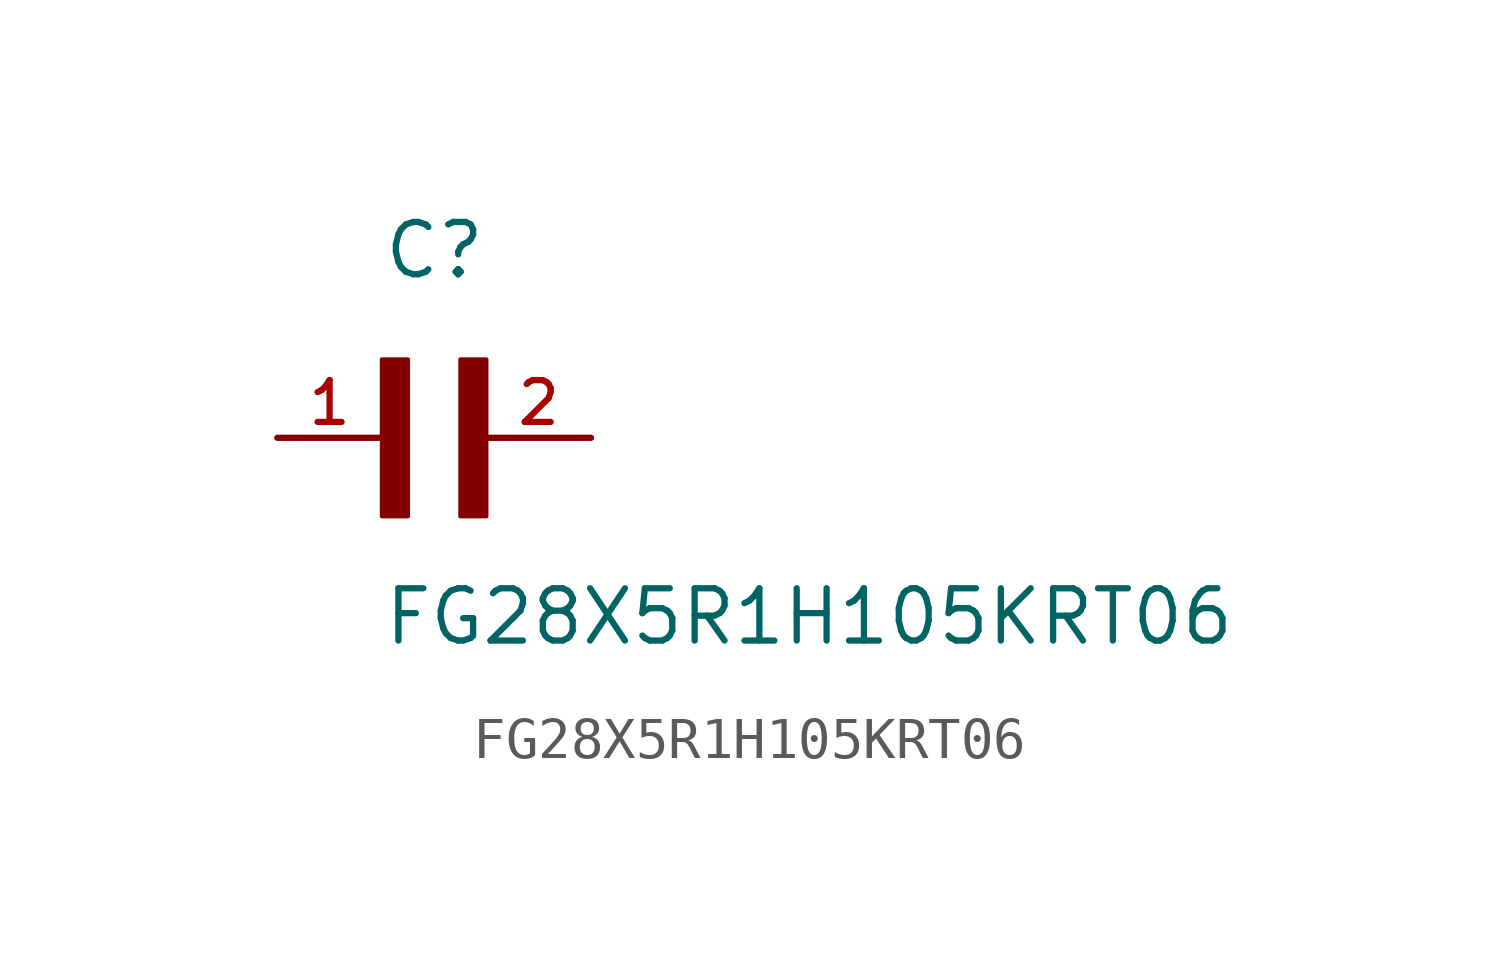
<source format=kicad_sym>
(kicad_symbol_lib
  (version 20211014)
  (generator kicad_symbol_editor)
  (symbol "FG28X5R1H105KRT06"
    (pin_names
      (offset 1.016))
    (property "Reference" "C"
      (at 0.0 3.811 0)
      (effects (font (size 1.27 1.27)) (justify bottom left)))
    (property "Value" "FG28X5R1H105KRT06"
      (at 0.0 -5.088 0)
      (effects (font (size 1.27 1.27)) (justify bottom left)))
    (symbol "FG28X5R1H105KRT06_0_0"
      (rectangle (start 0.0 -1.907) (end 0.635 1.905) (stroke (width 0.1)) (fill (type outline)))
      (rectangle (start 1.907 -1.907) (end 2.54 1.905) (stroke (width 0.1)) (fill (type outline)))
      (pin passive line (at -2.54 0.0 0) (length 2.54) (name "~" (effects (font (size 1.016 1.016)))) (number "1" (effects (font (size 1.016 1.016)))))
      (pin passive line (at 5.08 0.0 180.0) (length 2.54) (name "~" (effects (font (size 1.016 1.016)))) (number "2" (effects (font (size 1.016 1.016))))))))
</source>
